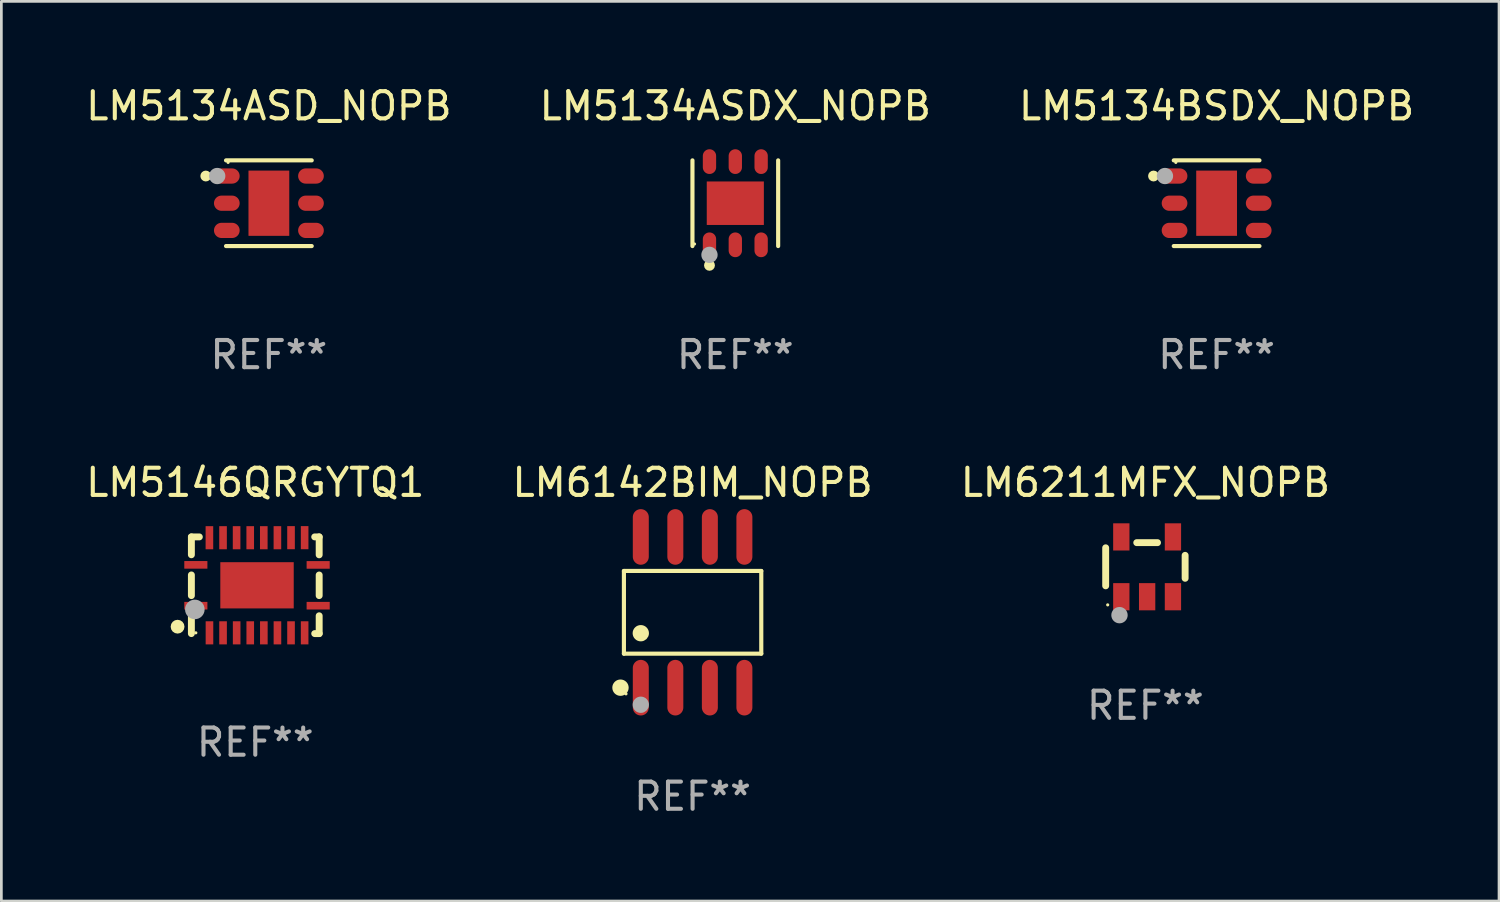
<source format=kicad_pcb>
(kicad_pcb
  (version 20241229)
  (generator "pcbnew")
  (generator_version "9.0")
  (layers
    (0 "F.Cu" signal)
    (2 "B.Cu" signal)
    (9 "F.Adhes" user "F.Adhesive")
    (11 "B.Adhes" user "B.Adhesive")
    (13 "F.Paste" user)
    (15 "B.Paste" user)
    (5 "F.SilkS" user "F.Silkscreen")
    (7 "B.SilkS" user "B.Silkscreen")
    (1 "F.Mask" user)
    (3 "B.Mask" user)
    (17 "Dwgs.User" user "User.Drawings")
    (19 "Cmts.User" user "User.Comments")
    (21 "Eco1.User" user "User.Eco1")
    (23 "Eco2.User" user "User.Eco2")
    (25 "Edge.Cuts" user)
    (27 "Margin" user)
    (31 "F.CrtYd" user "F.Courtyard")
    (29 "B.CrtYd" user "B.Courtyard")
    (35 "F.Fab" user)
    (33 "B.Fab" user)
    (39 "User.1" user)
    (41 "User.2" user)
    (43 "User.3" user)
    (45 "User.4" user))
  (footprint "LM6211MFX_NOPB"
    (layer "F.Cu")
    (at 39.077 17.797)
    (property "Reference" "LM6211MFX_NOPB" (at 0 -3.1 0) (layer "F.SilkS") (effects (font (size 1 1) (thickness 0.15))))
    (attr through_hole)
    (fp_line (start -1.461 -0.699) (end -1.461 0.699) (stroke (width 0.254) (type solid)) (layer "F.SilkS"))
    (fp_line (start -0.318 -0.889) (end 0.445 -0.889) (stroke (width 0.254) (type solid)) (layer "F.SilkS"))
    (fp_line (start 1.461 -0.422) (end 1.461 0.422) (stroke (width 0.254) (type solid)) (layer "F.SilkS"))
    (fp_circle (center -1.387 1.4) (end -1.357 1.4) (stroke (width 0.06) (type solid)) (fill no) (layer "F.SilkS"))
    (fp_circle (center -0.953 1.778) (end -0.802 1.778) (stroke (width 0.3) (type solid)) (fill no) (layer "F.Fab"))
    (fp_text user "REF**" (at 0 5.1 0) (layer "F.Fab") (effects (font (size 1 1) (thickness 0.15))))
    (pad "1" smd rect (at -0.886 1.1) (size 0.6 1) (layers "F.Cu" "F.Mask" "F.Paste"))
    (pad "2" smd rect (at 0.064 1.1) (size 0.6 1) (layers "F.Cu" "F.Mask" "F.Paste"))
    (pad "3" smd rect (at 1.013 1.1) (size 0.6 1) (layers "F.Cu" "F.Mask" "F.Paste"))
    (pad "4" smd rect (at 1.013 -1.1) (size 0.6 1) (layers "F.Cu" "F.Mask" "F.Paste"))
    (pad "5" smd rect (at -0.886 -1.1) (size 0.6 1) (layers "F.Cu" "F.Mask" "F.Paste")))
  (footprint "LM5134BSDX_NOPB"
    (layer "F.Cu")
    (at 41.696 4.424)
    (property "Reference" "LM5134BSDX_NOPB" (at 0 -3.576 0) (layer "F.SilkS") (effects (font (size 1 1) (thickness 0.15))))
    (attr through_hole)
    (fp_line (start -1.576 -1.576) (end 1.576 -1.576) (stroke (width 0.152) (type solid)) (layer "F.SilkS"))
    (fp_line (start 1.576 1.576) (end -1.576 1.576) (stroke (width 0.152) (type solid)) (layer "F.SilkS"))
    (fp_circle (center -2.32 -1) (end -2.22 -1) (stroke (width 0.2) (type solid)) (fill no) (layer "F.SilkS"))
    (fp_circle (center -1.5 -1.5) (end -1.47 -1.5) (stroke (width 0.06) (type solid)) (fill no) (layer "F.SilkS"))
    (fp_circle (center -1.9 -1) (end -1.75 -1) (stroke (width 0.3) (type solid)) (fill no) (layer "F.Fab"))
    (fp_text user "REF**" (at 0 5.576 0) (layer "F.Fab") (effects (font (size 1 1) (thickness 0.15))))
    (pad "1" smd oval (at -1.547 -1 270) (size 0.56 0.945) (layers "F.Cu" "F.Mask" "F.Paste"))
    (pad "2" smd oval (at -1.547 0 270) (size 0.56 0.945) (layers "F.Cu" "F.Mask" "F.Paste"))
    (pad "3" smd oval (at -1.547 1 270) (size 0.56 0.945) (layers "F.Cu" "F.Mask" "F.Paste"))
    (pad "4" smd oval (at 1.548 1 270) (size 0.56 0.945) (layers "F.Cu" "F.Mask" "F.Paste"))
    (pad "5" smd oval (at 1.548 0 270) (size 0.56 0.945) (layers "F.Cu" "F.Mask" "F.Paste"))
    (pad "6" smd oval (at 1.548 -1 270) (size 0.56 0.945) (layers "F.Cu" "F.Mask" "F.Paste"))
    (pad "7" smd rect (at 0 0) (size 1.5 2.4) (layers "F.Cu" "F.Mask" "F.Paste")))
  (footprint "LM6142BIM_NOPB"
    (layer "F.Cu")
    (at 22.423 19.47)
    (property "Reference" "LM6142BIM_NOPB" (at 0 -4.772 0) (layer "F.SilkS") (effects (font (size 1 1) (thickness 0.15))))
    (attr through_hole)
    (fp_line (start -2.526 -1.521) (end 2.526 -1.521) (stroke (width 0.152) (type solid)) (layer "F.SilkS"))
    (fp_line (start -2.526 1.521) (end -2.526 -1.521) (stroke (width 0.152) (type solid)) (layer "F.SilkS"))
    (fp_line (start 2.526 -1.521) (end 2.526 1.521) (stroke (width 0.152) (type solid)) (layer "F.SilkS"))
    (fp_line (start 2.526 1.521) (end -2.526 1.521) (stroke (width 0.152) (type solid)) (layer "F.SilkS"))
    (fp_circle (center -2.652 2.772) (end -2.501 2.772) (stroke (width 0.3) (type solid)) (fill no) (layer "F.SilkS"))
    (fp_circle (center -2.45 3) (end -2.42 3) (stroke (width 0.06) (type solid)) (fill no) (layer "F.SilkS"))
    (fp_circle (center -1.905 0.769) (end -1.755 0.769) (stroke (width 0.3) (type solid)) (fill no) (layer "F.SilkS"))
    (fp_circle (center -1.905 3.4) (end -1.755 3.4) (stroke (width 0.3) (type solid)) (fill no) (layer "F.Fab"))
    (fp_text user "REF**" (at 0 6.772 0) (layer "F.Fab") (effects (font (size 1 1) (thickness 0.15))))
    (pad "1" smd oval (at -1.905 2.772) (size 0.588 2.045) (layers "F.Cu" "F.Mask" "F.Paste"))
    (pad "2" smd oval (at -0.635 2.772) (size 0.588 2.045) (layers "F.Cu" "F.Mask" "F.Paste"))
    (pad "3" smd oval (at 0.635 2.772) (size 0.588 2.045) (layers "F.Cu" "F.Mask" "F.Paste"))
    (pad "4" smd oval (at 1.905 2.772) (size 0.588 2.045) (layers "F.Cu" "F.Mask" "F.Paste"))
    (pad "5" smd oval (at 1.905 -2.772) (size 0.588 2.045) (layers "F.Cu" "F.Mask" "F.Paste"))
    (pad "6" smd oval (at 0.635 -2.772) (size 0.588 2.045) (layers "F.Cu" "F.Mask" "F.Paste"))
    (pad "7" smd oval (at -0.635 -2.772) (size 0.588 2.045) (layers "F.Cu" "F.Mask" "F.Paste"))
    (pad "8" smd oval (at -1.905 -2.772) (size 0.588 2.045) (layers "F.Cu" "F.Mask" "F.Paste")))
  (footprint "LM5134ASDX_NOPB"
    (layer "F.Cu")
    (at 23.994 4.424)
    (property "Reference" "LM5134ASDX_NOPB" (at 0 -3.576 0) (layer "F.SilkS") (effects (font (size 1 1) (thickness 0.15))))
    (attr through_hole)
    (fp_line (start -1.576 1.576) (end -1.576 -1.576) (stroke (width 0.152) (type solid)) (layer "F.SilkS"))
    (fp_line (start 1.576 -1.576) (end 1.576 1.576) (stroke (width 0.152) (type solid)) (layer "F.SilkS"))
    (fp_circle (center -1.5 1.5) (end -1.47 1.5) (stroke (width 0.06) (type solid)) (fill no) (layer "F.SilkS"))
    (fp_circle (center -0.95 2.285) (end -0.85 2.285) (stroke (width 0.2) (type solid)) (fill no) (layer "F.SilkS"))
    (fp_circle (center -0.95 1.9) (end -0.8 1.9) (stroke (width 0.3) (type solid)) (fill no) (layer "F.Fab"))
    (fp_text user "REF**" (at 0 5.576 0) (layer "F.Fab") (effects (font (size 1 1) (thickness 0.15))))
    (pad "1" smd oval (at -0.95 1.53) (size 0.49 0.91) (layers "F.Cu" "F.Mask" "F.Paste"))
    (pad "2" smd oval (at 0 1.53) (size 0.49 0.91) (layers "F.Cu" "F.Mask" "F.Paste"))
    (pad "3" smd oval (at 0.95 1.53) (size 0.49 0.91) (layers "F.Cu" "F.Mask" "F.Paste"))
    (pad "4" smd oval (at 0.95 -1.53) (size 0.49 0.91) (layers "F.Cu" "F.Mask" "F.Paste"))
    (pad "5" smd oval (at 0 -1.53) (size 0.49 0.91) (layers "F.Cu" "F.Mask" "F.Paste"))
    (pad "6" smd oval (at -0.95 -1.53) (size 0.49 0.91) (layers "F.Cu" "F.Mask" "F.Paste"))
    (pad "7" smd rect (at 0 0) (size 2.1 1.6) (layers "F.Cu" "F.Mask" "F.Paste")))
  (footprint "LM5134ASD_NOPB"
    (layer "F.Cu")
    (at 6.839 4.424)
    (property "Reference" "LM5134ASD_NOPB" (at 0 -3.576 0) (layer "F.SilkS") (effects (font (size 1 1) (thickness 0.15))))
    (attr through_hole)
    (fp_line (start -1.576 -1.576) (end 1.576 -1.576) (stroke (width 0.152) (type solid)) (layer "F.SilkS"))
    (fp_line (start 1.576 1.576) (end -1.576 1.576) (stroke (width 0.152) (type solid)) (layer "F.SilkS"))
    (fp_circle (center -2.32 -1) (end -2.22 -1) (stroke (width 0.2) (type solid)) (fill no) (layer "F.SilkS"))
    (fp_circle (center -1.5 -1.5) (end -1.47 -1.5) (stroke (width 0.06) (type solid)) (fill no) (layer "F.SilkS"))
    (fp_circle (center -1.9 -1) (end -1.75 -1) (stroke (width 0.3) (type solid)) (fill no) (layer "F.Fab"))
    (fp_text user "REF**" (at 0 5.576 0) (layer "F.Fab") (effects (font (size 1 1) (thickness 0.15))))
    (pad "1" smd oval (at -1.547 -1 270) (size 0.56 0.945) (layers "F.Cu" "F.Mask" "F.Paste"))
    (pad "2" smd oval (at -1.547 0 270) (size 0.56 0.945) (layers "F.Cu" "F.Mask" "F.Paste"))
    (pad "3" smd oval (at -1.547 1 270) (size 0.56 0.945) (layers "F.Cu" "F.Mask" "F.Paste"))
    (pad "4" smd oval (at 1.548 1 270) (size 0.56 0.945) (layers "F.Cu" "F.Mask" "F.Paste"))
    (pad "5" smd oval (at 1.548 0 270) (size 0.56 0.945) (layers "F.Cu" "F.Mask" "F.Paste"))
    (pad "6" smd oval (at 1.548 -1 270) (size 0.56 0.945) (layers "F.Cu" "F.Mask" "F.Paste"))
    (pad "7" smd rect (at 0 0) (size 1.5 2.4) (layers "F.Cu" "F.Mask" "F.Paste")))
  (footprint "LM5146QRGYTQ1"
    (layer "F.Cu")
    (at 6.339 18.475)
    (property "Reference" "LM5146QRGYTQ1" (at 0 -3.778 0) (layer "F.SilkS") (effects (font (size 1 1) (thickness 0.15))))
    (attr through_hole)
    (fp_line (start -2.35 -1.778) (end -2.35 -1.121) (stroke (width 0.254) (type solid)) (layer "F.SilkS"))
    (fp_line (start -2.35 -1.778) (end -2.058 -1.778) (stroke (width 0.254) (type solid)) (layer "F.SilkS"))
    (fp_line (start -2.35 -0.379) (end -2.35 0.381) (stroke (width 0.254) (type solid)) (layer "F.SilkS"))
    (fp_line (start -2.35 1.123) (end -2.35 1.778) (stroke (width 0.254) (type solid)) (layer "F.SilkS"))
    (fp_line (start 2.186 -1.778) (end 2.35 -1.778) (stroke (width 0.254) (type solid)) (layer "F.SilkS"))
    (fp_line (start 2.35 -1.778) (end 2.35 -1.119) (stroke (width 0.254) (type solid)) (layer "F.SilkS"))
    (fp_line (start 2.35 -0.377) (end 2.35 0.381) (stroke (width 0.254) (type solid)) (layer "F.SilkS"))
    (fp_line (start 2.35 1.123) (end 2.35 1.778) (stroke (width 0.254) (type solid)) (layer "F.SilkS"))
    (fp_line (start 2.35 1.778) (end 2.186 1.778) (stroke (width 0.254) (type solid)) (layer "F.SilkS"))
    (fp_circle (center -2.858 1.524) (end -2.731 1.524) (stroke (width 0.254) (type solid)) (fill no) (layer "F.SilkS"))
    (fp_circle (center -2.187 1.75) (end -2.157 1.75) (stroke (width 0.06) (type solid)) (fill no) (layer "F.SilkS"))
    (fp_circle (center -2.223 0.889) (end -2.043 0.889) (stroke (width 0.36) (type solid)) (fill no) (layer "F.Fab"))
    (fp_text user "REF**" (at 0 5.778 0) (layer "F.Fab") (effects (font (size 1 1) (thickness 0.15))))
    (pad "1" smd rect (at -2.186 0.752) (size 0.85 0.28) (layers "F.Cu" "F.Mask" "F.Paste"))
    (pad "2" smd rect (at -1.685 1.75) (size 0.28 0.85) (layers "F.Cu" "F.Mask" "F.Paste"))
    (pad "3" smd rect (at -1.185 1.75) (size 0.28 0.85) (layers "F.Cu" "F.Mask" "F.Paste"))
    (pad "4" smd rect (at -0.685 1.75) (size 0.28 0.85) (layers "F.Cu" "F.Mask" "F.Paste"))
    (pad "5" smd rect (at -0.185 1.75) (size 0.28 0.85) (layers "F.Cu" "F.Mask" "F.Paste"))
    (pad "6" smd rect (at 0.315 1.75) (size 0.28 0.85) (layers "F.Cu" "F.Mask" "F.Paste"))
    (pad "7" smd rect (at 0.815 1.75) (size 0.28 0.85) (layers "F.Cu" "F.Mask" "F.Paste"))
    (pad "8" smd rect (at 1.315 1.75) (size 0.28 0.85) (layers "F.Cu" "F.Mask" "F.Paste"))
    (pad "9" smd rect (at 1.815 1.75) (size 0.28 0.85) (layers "F.Cu" "F.Mask" "F.Paste"))
    (pad "10" smd rect (at 2.313 0.752) (size 0.85 0.28) (layers "F.Cu" "F.Mask" "F.Paste"))
    (pad "11" smd rect (at 2.313 -0.748) (size 0.85 0.28) (layers "F.Cu" "F.Mask" "F.Paste"))
    (pad "12" smd rect (at 1.815 -1.75) (size 0.28 0.85) (layers "F.Cu" "F.Mask" "F.Paste"))
    (pad "13" smd rect (at 1.315 -1.75) (size 0.28 0.85) (layers "F.Cu" "F.Mask" "F.Paste"))
    (pad "14" smd rect (at 0.814 -1.748) (size 0.28 0.85) (layers "F.Cu" "F.Mask" "F.Paste"))
    (pad "15" smd rect (at 0.313 -1.748) (size 0.28 0.85) (layers "F.Cu" "F.Mask" "F.Paste"))
    (pad "16" smd rect (at -0.186 -1.748) (size 0.28 0.85) (layers "F.Cu" "F.Mask" "F.Paste"))
    (pad "17" smd rect (at -0.687 -1.748) (size 0.28 0.85) (layers "F.Cu" "F.Mask" "F.Paste"))
    (pad "18" smd rect (at -1.186 -1.748) (size 0.28 0.85) (layers "F.Cu" "F.Mask" "F.Paste"))
    (pad "19" smd rect (at -1.687 -1.748) (size 0.28 0.85) (layers "F.Cu" "F.Mask" "F.Paste"))
    (pad "20" smd rect (at -2.186 -0.75) (size 0.85 0.28) (layers "F.Cu" "F.Mask" "F.Paste"))
    (pad "21" smd rect (at 0.064 0.002 90) (size 1.7 2.7) (layers "F.Cu" "F.Mask" "F.Paste")))
  (gr_rect
    (start -3 -3)
    (end 52.083 30.09)
    (stroke (width 0.1) (type default))
    (fill no)
    (layer "Edge.Cuts")))
</source>
